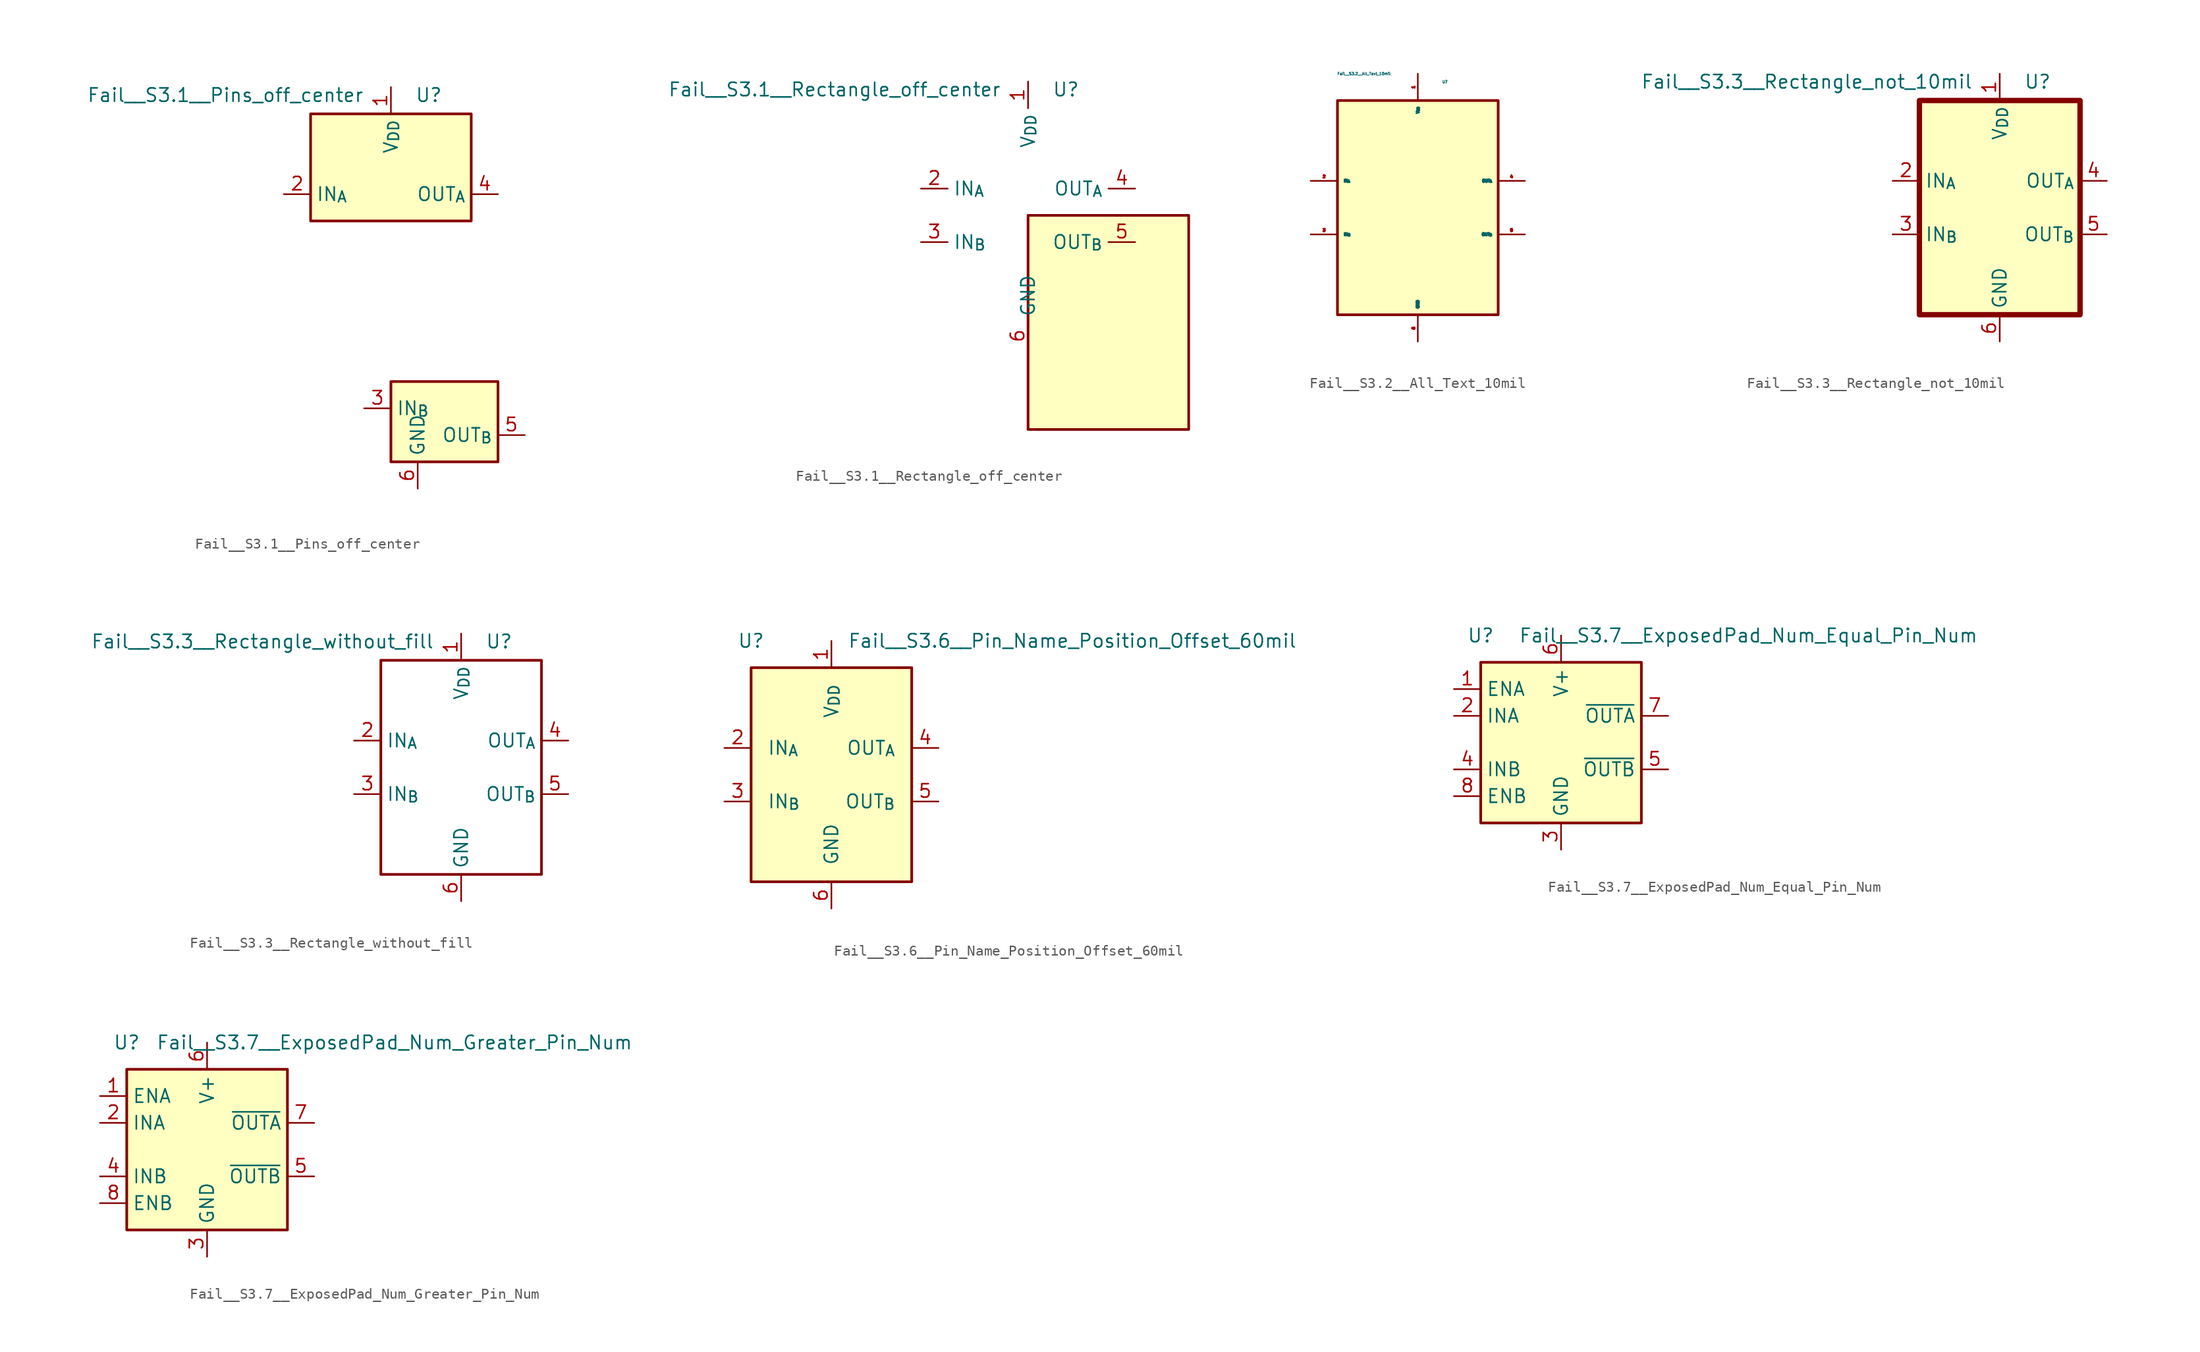
<source format=kicad_sym>
(kicad_symbol_lib
  (version 20211014)
  (generator kicad_symbol_editor)
  (symbol "Fail__S3.1__Pins_off_center"
    (property "Reference" "U"
      (at 2.286 11.938 0)
      (effects (font (size 1.27 1.27)) (justify left)))
    (property "Value" "Fail__S3.1__Pins_off_center"
      (at -2.54 11.938 0)
      (effects (font (size 1.27 1.27)) (justify right)))
    (symbol "Fail__S3.1__Pins_off_center_0_1"
      (rectangle (start -7.62 10.16) (end 7.62 0) (stroke (width 0.254) (type default) (color 0 0 0 0)) (fill (type background)))
      (rectangle (start 0 -15.24) (end 10.16 -22.86) (stroke (width 0.254) (type default) (color 0 0 0 0)) (fill (type background))))
    (symbol "Fail__S3.1__Pins_off_center_1_1"
      (pin power_in line (at 0 12.7 270) (length 2.54) (name "V_{DD}" (effects (font (size 1.27 1.27)))) (number "1" (effects (font (size 1.27 1.27)))))
      (pin input line (at -10.16 2.54 0) (length 2.54) (name "IN_{A}" (effects (font (size 1.27 1.27)))) (number "2" (effects (font (size 1.27 1.27)))))
      (pin input line (at -2.54 -17.78 0) (length 2.54) (name "IN_{B}" (effects (font (size 1.27 1.27)))) (number "3" (effects (font (size 1.27 1.27)))))
      (pin output line (at 10.16 2.54 180) (length 2.54) (name "OUT_{A}" (effects (font (size 1.27 1.27)))) (number "4" (effects (font (size 1.27 1.27)))))
      (pin output line (at 12.7 -20.32 180) (length 2.54) (name "OUT_{B}" (effects (font (size 1.27 1.27)))) (number "5" (effects (font (size 1.27 1.27)))))
      (pin power_in line (at 2.54 -25.4 90) (length 2.54) (name "GND" (effects (font (size 1.27 1.27)))) (number "6" (effects (font (size 1.27 1.27)))))
      (pin no_connect line (at 7.62 7.62 180) (length 2.54) hide (name "NC" (effects (font (size 1.27 1.27)))) (number "7" (effects (font (size 1.27 1.27)))))
      (pin no_connect line (at 7.62 5.08 180) (length 2.54) hide (name "NC" (effects (font (size 1.27 1.27)))) (number "8" (effects (font (size 1.27 1.27)))))))
  (symbol "Fail__S3.1__Rectangle_off_center"
    (property "Reference" "U"
      (at 2.286 11.938 0)
      (effects (font (size 1.27 1.27)) (justify left)))
    (property "Value" "Fail__S3.1__Rectangle_off_center"
      (at -2.54 11.938 0)
      (effects (font (size 1.27 1.27)) (justify right)))
    (symbol "Fail__S3.1__Rectangle_off_center_0_1"
      (rectangle (start 0 0) (end 15.24 -20.32) (stroke (width 0.254) (type default) (color 0 0 0 0)) (fill (type background))))
    (symbol "Fail__S3.1__Rectangle_off_center_1_1"
      (pin power_in line (at 0 12.7 270) (length 2.54) (name "V_{DD}" (effects (font (size 1.27 1.27)))) (number "1" (effects (font (size 1.27 1.27)))))
      (pin input line (at -10.16 2.54 0) (length 2.54) (name "IN_{A}" (effects (font (size 1.27 1.27)))) (number "2" (effects (font (size 1.27 1.27)))))
      (pin input line (at -10.16 -2.54 0) (length 2.54) (name "IN_{B}" (effects (font (size 1.27 1.27)))) (number "3" (effects (font (size 1.27 1.27)))))
      (pin output line (at 10.16 2.54 180) (length 2.54) (name "OUT_{A}" (effects (font (size 1.27 1.27)))) (number "4" (effects (font (size 1.27 1.27)))))
      (pin output line (at 10.16 -2.54 180) (length 2.54) (name "OUT_{B}" (effects (font (size 1.27 1.27)))) (number "5" (effects (font (size 1.27 1.27)))))
      (pin power_in line (at 0 -12.7 90) (length 2.54) (name "GND" (effects (font (size 1.27 1.27)))) (number "6" (effects (font (size 1.27 1.27)))))
      (pin no_connect line (at 7.62 7.62 180) (length 2.54) hide (name "NC" (effects (font (size 1.27 1.27)))) (number "7" (effects (font (size 1.27 1.27)))))
      (pin no_connect line (at 7.62 -7.62 180) (length 2.54) hide (name "NC" (effects (font (size 1.27 1.27)))) (number "8" (effects (font (size 1.27 1.27)))))))
  (symbol "Fail__S3.2__All_Text_10mil"
    (property "Reference" "U"
      (at 2.286 11.938 0)
      (effects (font (size 0.254 0.254)) (justify left)))
    (property "Value" "Fail__S3.2__All_Text_10mil"
      (at -2.54 12.7 0)
      (effects (font (size 0.254 0.254)) (justify right)))
    (symbol "Fail__S3.2__All_Text_10mil_0_1"
      (rectangle (start -7.62 10.16) (end 7.62 -10.16) (stroke (width 0.254) (type default) (color 0 0 0 0)) (fill (type background))))
    (symbol "Fail__S3.2__All_Text_10mil_1_1"
      (pin power_in line (at 0 12.7 270) (length 2.54) (name "V_{DD}" (effects (font (size 0.254 0.254)))) (number "1" (effects (font (size 0.254 0.254)))))
      (pin input line (at -10.16 2.54 0) (length 2.54) (name "IN_{A}" (effects (font (size 0.254 0.254)))) (number "2" (effects (font (size 0.254 0.254)))))
      (pin input line (at -10.16 -2.54 0) (length 2.54) (name "IN_{B}" (effects (font (size 0.254 0.254)))) (number "3" (effects (font (size 0.254 0.254)))))
      (pin output line (at 10.16 2.54 180) (length 2.54) (name "OUT_{A}" (effects (font (size 0.254 0.254)))) (number "4" (effects (font (size 0.254 0.254)))))
      (pin output line (at 10.16 -2.54 180) (length 2.54) (name "OUT_{B}" (effects (font (size 0.254 0.254)))) (number "5" (effects (font (size 0.254 0.254)))))
      (pin power_in line (at 0 -12.7 90) (length 2.54) (name "GND" (effects (font (size 0.254 0.254)))) (number "6" (effects (font (size 0.254 0.254)))))
      (pin no_connect line (at 7.62 7.62 180) (length 2.54) hide (name "NC" (effects (font (size 0.254 0.254)))) (number "7" (effects (font (size 0.254 0.254)))))
      (pin no_connect line (at 7.62 -7.62 180) (length 2.54) hide (name "NC" (effects (font (size 0.254 0.254)))) (number "8" (effects (font (size 0.254 0.254)))))))
  (symbol "Fail__S3.3__Rectangle_not_10mil"
    (property "Reference" "U"
      (at 2.286 11.938 0)
      (effects (font (size 1.27 1.27)) (justify left)))
    (property "Value" "Fail__S3.3__Rectangle_not_10mil"
      (at -2.54 11.938 0)
      (effects (font (size 1.27 1.27)) (justify right)))
    (symbol "Fail__S3.3__Rectangle_not_10mil_0_1"
      (rectangle (start -7.62 10.16) (end 7.62 -10.16) (stroke (width 0.508) (type default) (color 0 0 0 0)) (fill (type background))))
    (symbol "Fail__S3.3__Rectangle_not_10mil_1_1"
      (pin power_in line (at 0 12.7 270) (length 2.54) (name "V_{DD}" (effects (font (size 1.27 1.27)))) (number "1" (effects (font (size 1.27 1.27)))))
      (pin input line (at -10.16 2.54 0) (length 2.54) (name "IN_{A}" (effects (font (size 1.27 1.27)))) (number "2" (effects (font (size 1.27 1.27)))))
      (pin input line (at -10.16 -2.54 0) (length 2.54) (name "IN_{B}" (effects (font (size 1.27 1.27)))) (number "3" (effects (font (size 1.27 1.27)))))
      (pin output line (at 10.16 2.54 180) (length 2.54) (name "OUT_{A}" (effects (font (size 1.27 1.27)))) (number "4" (effects (font (size 1.27 1.27)))))
      (pin output line (at 10.16 -2.54 180) (length 2.54) (name "OUT_{B}" (effects (font (size 1.27 1.27)))) (number "5" (effects (font (size 1.27 1.27)))))
      (pin power_in line (at 0 -12.7 90) (length 2.54) (name "GND" (effects (font (size 1.27 1.27)))) (number "6" (effects (font (size 1.27 1.27)))))
      (pin no_connect line (at 7.62 7.62 180) (length 2.54) hide (name "NC" (effects (font (size 1.27 1.27)))) (number "7" (effects (font (size 1.27 1.27)))))
      (pin no_connect line (at 7.62 -7.62 180) (length 2.54) hide (name "NC" (effects (font (size 1.27 1.27)))) (number "8" (effects (font (size 1.27 1.27)))))))
  (symbol "Fail__S3.3__Rectangle_without_fill"
    (property "Reference" "U"
      (at 2.286 11.938 0)
      (effects (font (size 1.27 1.27)) (justify left)))
    (property "Value" "Fail__S3.3__Rectangle_without_fill"
      (at -2.54 11.938 0)
      (effects (font (size 1.27 1.27)) (justify right)))
    (symbol "Fail__S3.3__Rectangle_without_fill_0_1"
      (rectangle (start -7.62 10.16) (end 7.62 -10.16) (stroke (width 0.254) (type default) (color 0 0 0 0)) (fill (type none))))
    (symbol "Fail__S3.3__Rectangle_without_fill_1_1"
      (pin power_in line (at 0 12.7 270) (length 2.54) (name "V_{DD}" (effects (font (size 1.27 1.27)))) (number "1" (effects (font (size 1.27 1.27)))))
      (pin input line (at -10.16 2.54 0) (length 2.54) (name "IN_{A}" (effects (font (size 1.27 1.27)))) (number "2" (effects (font (size 1.27 1.27)))))
      (pin input line (at -10.16 -2.54 0) (length 2.54) (name "IN_{B}" (effects (font (size 1.27 1.27)))) (number "3" (effects (font (size 1.27 1.27)))))
      (pin output line (at 10.16 2.54 180) (length 2.54) (name "OUT_{A}" (effects (font (size 1.27 1.27)))) (number "4" (effects (font (size 1.27 1.27)))))
      (pin output line (at 10.16 -2.54 180) (length 2.54) (name "OUT_{B}" (effects (font (size 1.27 1.27)))) (number "5" (effects (font (size 1.27 1.27)))))
      (pin power_in line (at 0 -12.7 90) (length 2.54) (name "GND" (effects (font (size 1.27 1.27)))) (number "6" (effects (font (size 1.27 1.27)))))
      (pin no_connect line (at 7.62 7.62 180) (length 2.54) hide (name "NC" (effects (font (size 1.27 1.27)))) (number "7" (effects (font (size 1.27 1.27)))))
      (pin no_connect line (at 7.62 -7.62 180) (length 2.54) hide (name "NC" (effects (font (size 1.27 1.27)))) (number "8" (effects (font (size 1.27 1.27)))))))
  (symbol "Fail__S3.6__Pin_Name_Position_Offset_60mil"
    (pin_names
      (offset 1.524))
    (property "Reference" "U"
      (at -7.62 12.7 0)
      (effects (font (size 1.27 1.27))))
    (property "Value" "Fail__S3.6__Pin_Name_Position_Offset_60mil"
      (at 22.86 12.7 0)
      (effects (font (size 1.27 1.27))))
    (symbol "Fail__S3.6__Pin_Name_Position_Offset_60mil_0_1"
      (rectangle (start -7.62 10.16) (end 7.62 -10.16) (stroke (width 0.254) (type default) (color 0 0 0 0)) (fill (type background))))
    (symbol "Fail__S3.6__Pin_Name_Position_Offset_60mil_1_1"
      (pin power_in line (at 0 12.7 270) (length 2.54) (name "V_{DD}" (effects (font (size 1.27 1.27)))) (number "1" (effects (font (size 1.27 1.27)))))
      (pin input line (at -10.16 2.54 0) (length 2.54) (name "IN_{A}" (effects (font (size 1.27 1.27)))) (number "2" (effects (font (size 1.27 1.27)))))
      (pin input line (at -10.16 -2.54 0) (length 2.54) (name "IN_{B}" (effects (font (size 1.27 1.27)))) (number "3" (effects (font (size 1.27 1.27)))))
      (pin output line (at 10.16 2.54 180) (length 2.54) (name "OUT_{A}" (effects (font (size 1.27 1.27)))) (number "4" (effects (font (size 1.27 1.27)))))
      (pin output line (at 10.16 -2.54 180) (length 2.54) (name "OUT_{B}" (effects (font (size 1.27 1.27)))) (number "5" (effects (font (size 1.27 1.27)))))
      (pin power_in line (at 0 -12.7 90) (length 2.54) (name "GND" (effects (font (size 1.27 1.27)))) (number "6" (effects (font (size 1.27 1.27)))))
      (pin no_connect line (at 7.62 7.62 180) (length 2.54) hide (name "NC" (effects (font (size 1.27 1.27)))) (number "7" (effects (font (size 1.27 1.27)))))
      (pin no_connect line (at 7.62 -7.62 180) (length 2.54) hide (name "NC" (effects (font (size 1.27 1.27)))) (number "8" (effects (font (size 1.27 1.27)))))))
  (symbol "Fail__S3.7__ExposedPad_Num_Equal_Pin_Num"
    (property "Reference" "U"
      (at -7.62 10.16 0)
      (effects (font (size 1.27 1.27))))
    (property "Value" "Fail__S3.7__ExposedPad_Num_Equal_Pin_Num"
      (at 17.78 10.16 0)
      (effects (font (size 1.27 1.27))))
    (symbol "Fail__S3.7__ExposedPad_Num_Equal_Pin_Num_0_1"
      (rectangle (start -7.62 -7.62) (end 7.62 7.62) (stroke (width 0.254) (type default) (color 0 0 0 0)) (fill (type background))))
    (symbol "Fail__S3.7__ExposedPad_Num_Equal_Pin_Num_1_1"
      (pin input line (at -10.16 5.08 0) (length 2.54) (name "ENA" (effects (font (size 1.27 1.27)))) (number "1" (effects (font (size 1.27 1.27)))))
      (pin input line (at -10.16 2.54 0) (length 2.54) (name "INA" (effects (font (size 1.27 1.27)))) (number "2" (effects (font (size 1.27 1.27)))))
      (pin power_in line (at 0 -10.16 90) (length 2.54) (name "GND" (effects (font (size 1.27 1.27)))) (number "3" (effects (font (size 1.27 1.27)))))
      (pin input line (at -10.16 -2.54 0) (length 2.54) (name "INB" (effects (font (size 1.27 1.27)))) (number "4" (effects (font (size 1.27 1.27)))))
      (pin output line (at 10.16 -2.54 180) (length 2.54) (name "~{OUTB}" (effects (font (size 1.27 1.27)))) (number "5" (effects (font (size 1.27 1.27)))))
      (pin power_in line (at 0 10.16 270) (length 2.54) (name "V+" (effects (font (size 1.27 1.27)))) (number "6" (effects (font (size 1.27 1.27)))))
      (pin output line (at 10.16 2.54 180) (length 2.54) (name "~{OUTA}" (effects (font (size 1.27 1.27)))) (number "7" (effects (font (size 1.27 1.27)))))
      (pin input line (at -10.16 -5.08 0) (length 2.54) (name "ENB" (effects (font (size 1.27 1.27)))) (number "8" (effects (font (size 1.27 1.27)))))
      (pin passive line (at 0 -10.16 90) (length 2.54) hide (name "GND" (effects (font (size 1.27 1.27)))) (number "8" (effects (font (size 1.27 1.27)))))))
  (symbol "Fail__S3.7__ExposedPad_Num_Greater_Pin_Num"
    (property "Reference" "U"
      (at -7.62 10.16 0)
      (effects (font (size 1.27 1.27))))
    (property "Value" "Fail__S3.7__ExposedPad_Num_Greater_Pin_Num"
      (at 17.78 10.16 0)
      (effects (font (size 1.27 1.27))))
    (symbol "Fail__S3.7__ExposedPad_Num_Greater_Pin_Num_0_1"
      (rectangle (start -7.62 -7.62) (end 7.62 7.62) (stroke (width 0.254) (type default) (color 0 0 0 0)) (fill (type background))))
    (symbol "Fail__S3.7__ExposedPad_Num_Greater_Pin_Num_1_1"
      (pin input line (at -10.16 5.08 0) (length 2.54) (name "ENA" (effects (font (size 1.27 1.27)))) (number "1" (effects (font (size 1.27 1.27)))))
      (pin input line (at -10.16 2.54 0) (length 2.54) (name "INA" (effects (font (size 1.27 1.27)))) (number "2" (effects (font (size 1.27 1.27)))))
      (pin power_in line (at 0 -10.16 90) (length 2.54) (name "GND" (effects (font (size 1.27 1.27)))) (number "3" (effects (font (size 1.27 1.27)))))
      (pin input line (at -10.16 -2.54 0) (length 2.54) (name "INB" (effects (font (size 1.27 1.27)))) (number "4" (effects (font (size 1.27 1.27)))))
      (pin output line (at 10.16 -2.54 180) (length 2.54) (name "~{OUTB}" (effects (font (size 1.27 1.27)))) (number "5" (effects (font (size 1.27 1.27)))))
      (pin power_in line (at 0 10.16 270) (length 2.54) (name "V+" (effects (font (size 1.27 1.27)))) (number "6" (effects (font (size 1.27 1.27)))))
      (pin output line (at 10.16 2.54 180) (length 2.54) (name "~{OUTA}" (effects (font (size 1.27 1.27)))) (number "7" (effects (font (size 1.27 1.27)))))
      (pin input line (at -10.16 -5.08 0) (length 2.54) (name "ENB" (effects (font (size 1.27 1.27)))) (number "8" (effects (font (size 1.27 1.27)))))
      (pin passive line (at 0 -10.16 90) (length 2.54) hide (name "GND" (effects (font (size 1.27 1.27)))) (number "8" (effects (font (size 1.27 1.27))))))))
</source>
